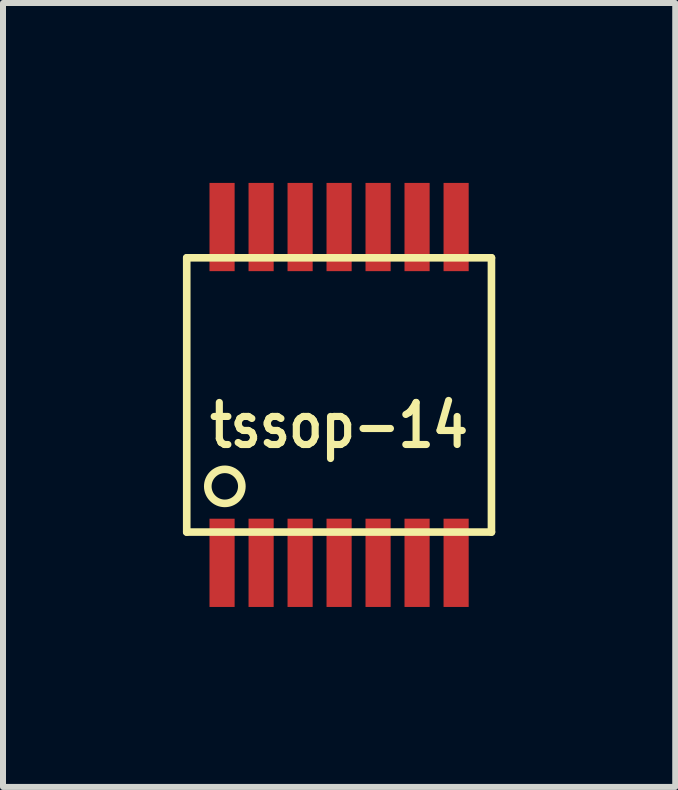
<source format=kicad_pcb>
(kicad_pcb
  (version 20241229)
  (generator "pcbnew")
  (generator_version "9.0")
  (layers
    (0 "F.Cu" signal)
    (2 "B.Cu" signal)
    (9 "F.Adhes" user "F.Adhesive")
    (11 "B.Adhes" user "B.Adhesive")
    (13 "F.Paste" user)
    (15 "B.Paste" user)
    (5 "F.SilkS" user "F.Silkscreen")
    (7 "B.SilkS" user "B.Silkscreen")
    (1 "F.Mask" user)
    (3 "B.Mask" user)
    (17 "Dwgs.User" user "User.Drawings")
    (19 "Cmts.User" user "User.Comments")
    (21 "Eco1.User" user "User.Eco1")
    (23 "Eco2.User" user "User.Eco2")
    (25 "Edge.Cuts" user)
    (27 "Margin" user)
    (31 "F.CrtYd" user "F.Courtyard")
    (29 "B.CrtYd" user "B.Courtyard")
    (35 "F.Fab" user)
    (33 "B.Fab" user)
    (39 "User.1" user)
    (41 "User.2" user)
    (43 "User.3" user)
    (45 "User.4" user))
  (footprint "tssop-14"
    (layer "F.Cu")
    (at 2.603 3.534)
    (property "Reference" "tssop-14" (at 0 0.508 0) (layer "F.SilkS") (effects (font (size 0.701 0.599) (thickness 0.119))))
    (attr smd)
    (fp_line (start -2.54 -2.286) (end -2.54 2.286) (stroke (width 0.127) (type solid)) (layer "F.SilkS"))
    (fp_line (start -2.54 2.286) (end 2.54 2.286) (stroke (width 0.127) (type solid)) (layer "F.SilkS"))
    (fp_line (start 2.54 -2.286) (end -2.54 -2.286) (stroke (width 0.127) (type solid)) (layer "F.SilkS"))
    (fp_line (start 2.54 2.286) (end 2.54 -2.286) (stroke (width 0.127) (type solid)) (layer "F.SilkS"))
    (fp_circle (center -1.905 1.524) (end -2.032 1.778) (stroke (width 0.127) (type solid)) (fill no) (layer "F.SilkS"))
    (pad "1" smd rect (at -1.951 2.799) (size 0.419 1.471) (layers "F.Cu" "F.Mask" "F.Paste"))
    (pad "2" smd rect (at -1.3 2.799) (size 0.419 1.471) (layers "F.Cu" "F.Mask" "F.Paste"))
    (pad "3" smd rect (at -0.65 2.799) (size 0.419 1.471) (layers "F.Cu" "F.Mask" "F.Paste"))
    (pad "4" smd rect (at 0 2.799) (size 0.419 1.471) (layers "F.Cu" "F.Mask" "F.Paste"))
    (pad "5" smd rect (at 0.65 2.799) (size 0.419 1.471) (layers "F.Cu" "F.Mask" "F.Paste"))
    (pad "6" smd rect (at 1.3 2.799) (size 0.419 1.471) (layers "F.Cu" "F.Mask" "F.Paste"))
    (pad "7" smd rect (at 1.951 2.799) (size 0.419 1.471) (layers "F.Cu" "F.Mask" "F.Paste"))
    (pad "8" smd rect (at 1.951 -2.799) (size 0.419 1.471) (layers "F.Cu" "F.Mask" "F.Paste"))
    (pad "9" smd rect (at 1.3 -2.799) (size 0.419 1.471) (layers "F.Cu" "F.Mask" "F.Paste"))
    (pad "10" smd rect (at 0.65 -2.799) (size 0.419 1.471) (layers "F.Cu" "F.Mask" "F.Paste"))
    (pad "11" smd rect (at 0 -2.799) (size 0.419 1.471) (layers "F.Cu" "F.Mask" "F.Paste"))
    (pad "12" smd rect (at -0.65 -2.799) (size 0.419 1.471) (layers "F.Cu" "F.Mask" "F.Paste"))
    (pad "13" smd rect (at -1.3 -2.799) (size 0.419 1.471) (layers "F.Cu" "F.Mask" "F.Paste"))
    (pad "14" smd rect (at -1.951 -2.799) (size 0.419 1.471) (layers "F.Cu" "F.Mask" "F.Paste")))
  (gr_rect
    (start -3 -3)
    (end 8.207 10.069)
    (stroke (width 0.1) (type default))
    (fill no)
    (layer "Edge.Cuts")))
</source>
